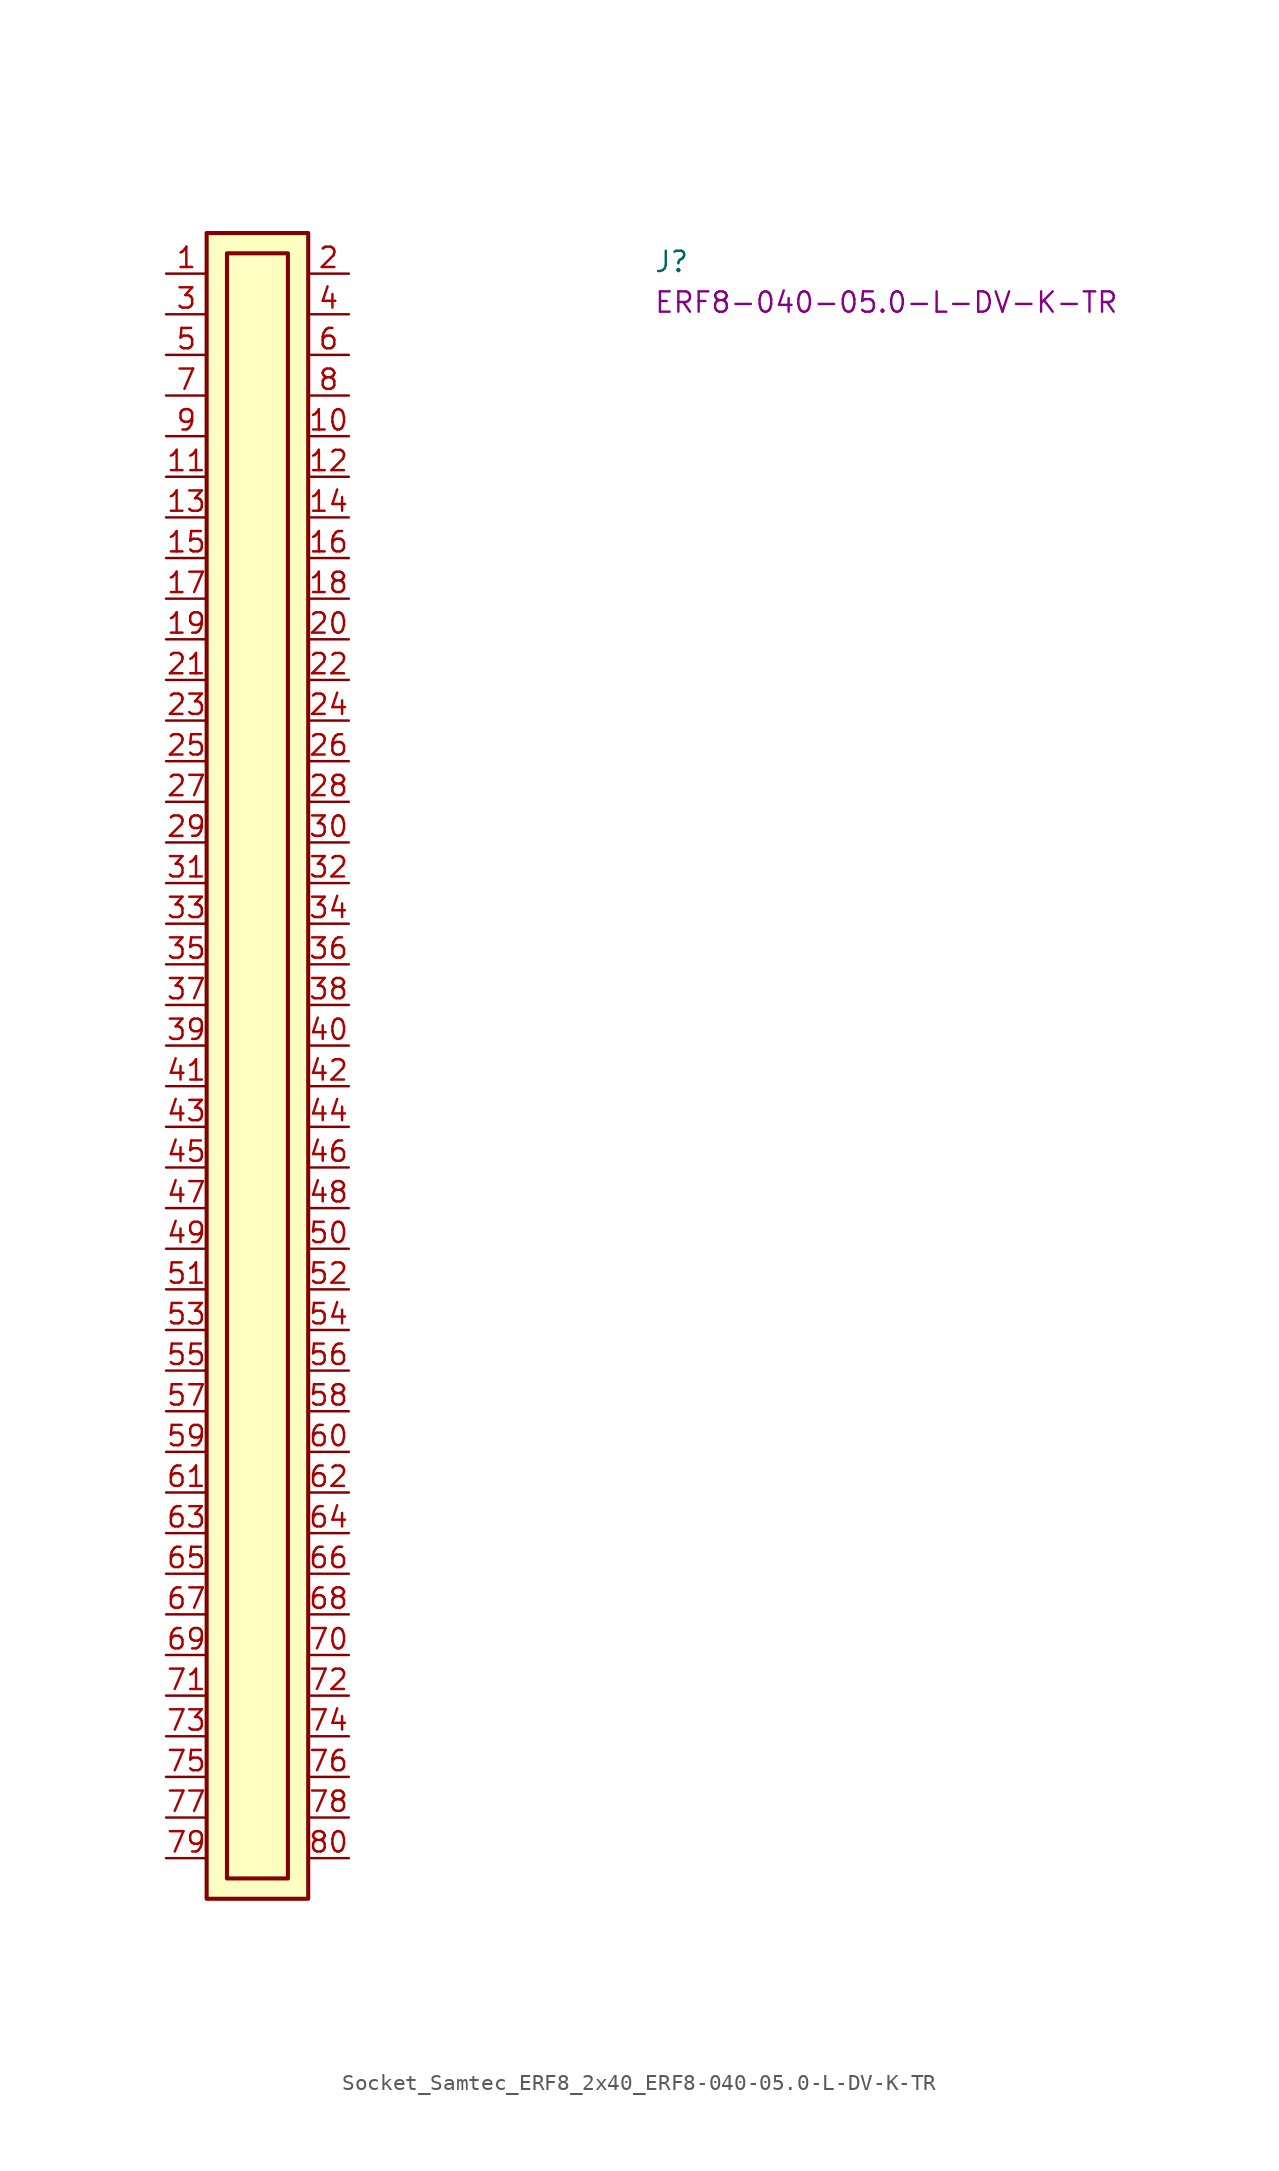
<source format=kicad_sym>
(kicad_symbol_lib
  (version 20220914)
  (generator kicad_symbol_editor)
  (symbol "Socket_Samtec_ERF8_2x40_ERF8-040-05.0-L-DV-K-TR"
    (pin_names hide)
    (property "Reference" "J"
      (at 30.48 0 0)
      (effects (font (size 1.27 1.27) (thickness 0.15)) (justify left bottom)))
    (property "MPN" "ERF8-040-05.0-L-DV-K-TR"
      (at 30.48 -2.54 0)
      (effects (font (size 1.27 1.27) (thickness 0.15)) (justify left bottom)))
    (symbol "Socket_Samtec_ERF8_2x40_ERF8-040-05.0-L-DV-K-TR_1_1"
      (rectangle (start 2.54 2.54) (end 8.89 -101.6) (stroke (width 0.254) (type default)) (fill (type background)))
      (rectangle (start 3.81 1.27) (end 7.62 -100.33) (stroke (width 0.254) (type default)) (fill (type background)))
      (pin passive line (at 0 0 0) (length 2.54) (name "~" (effects (font (size 1.27 1.27)))) (number "1" (effects (font (size 1.27 1.27)))))
      (pin passive line (at 11.43 -10.16 180) (length 2.54) (name "~" (effects (font (size 1.27 1.27)))) (number "10" (effects (font (size 1.27 1.27)))))
      (pin passive line (at 0 -12.7 0) (length 2.54) (name "~" (effects (font (size 1.27 1.27)))) (number "11" (effects (font (size 1.27 1.27)))))
      (pin passive line (at 11.43 -12.7 180) (length 2.54) (name "~" (effects (font (size 1.27 1.27)))) (number "12" (effects (font (size 1.27 1.27)))))
      (pin passive line (at 0 -15.24 0) (length 2.54) (name "~" (effects (font (size 1.27 1.27)))) (number "13" (effects (font (size 1.27 1.27)))))
      (pin passive line (at 11.43 -15.24 180) (length 2.54) (name "~" (effects (font (size 1.27 1.27)))) (number "14" (effects (font (size 1.27 1.27)))))
      (pin passive line (at 0 -17.78 0) (length 2.54) (name "~" (effects (font (size 1.27 1.27)))) (number "15" (effects (font (size 1.27 1.27)))))
      (pin passive line (at 11.43 -17.78 180) (length 2.54) (name "~" (effects (font (size 1.27 1.27)))) (number "16" (effects (font (size 1.27 1.27)))))
      (pin passive line (at 0 -20.32 0) (length 2.54) (name "~" (effects (font (size 1.27 1.27)))) (number "17" (effects (font (size 1.27 1.27)))))
      (pin passive line (at 11.43 -20.32 180) (length 2.54) (name "~" (effects (font (size 1.27 1.27)))) (number "18" (effects (font (size 1.27 1.27)))))
      (pin passive line (at 0 -22.86 0) (length 2.54) (name "~" (effects (font (size 1.27 1.27)))) (number "19" (effects (font (size 1.27 1.27)))))
      (pin passive line (at 11.43 0 180) (length 2.54) (name "~" (effects (font (size 1.27 1.27)))) (number "2" (effects (font (size 1.27 1.27)))))
      (pin passive line (at 11.43 -22.86 180) (length 2.54) (name "~" (effects (font (size 1.27 1.27)))) (number "20" (effects (font (size 1.27 1.27)))))
      (pin passive line (at 0 -25.4 0) (length 2.54) (name "~" (effects (font (size 1.27 1.27)))) (number "21" (effects (font (size 1.27 1.27)))))
      (pin passive line (at 11.43 -25.4 180) (length 2.54) (name "~" (effects (font (size 1.27 1.27)))) (number "22" (effects (font (size 1.27 1.27)))))
      (pin passive line (at 0 -27.94 0) (length 2.54) (name "~" (effects (font (size 1.27 1.27)))) (number "23" (effects (font (size 1.27 1.27)))))
      (pin passive line (at 11.43 -27.94 180) (length 2.54) (name "~" (effects (font (size 1.27 1.27)))) (number "24" (effects (font (size 1.27 1.27)))))
      (pin passive line (at 0 -30.48 0) (length 2.54) (name "~" (effects (font (size 1.27 1.27)))) (number "25" (effects (font (size 1.27 1.27)))))
      (pin passive line (at 11.43 -30.48 180) (length 2.54) (name "~" (effects (font (size 1.27 1.27)))) (number "26" (effects (font (size 1.27 1.27)))))
      (pin passive line (at 0 -33.02 0) (length 2.54) (name "~" (effects (font (size 1.27 1.27)))) (number "27" (effects (font (size 1.27 1.27)))))
      (pin passive line (at 11.43 -33.02 180) (length 2.54) (name "~" (effects (font (size 1.27 1.27)))) (number "28" (effects (font (size 1.27 1.27)))))
      (pin passive line (at 0 -35.56 0) (length 2.54) (name "~" (effects (font (size 1.27 1.27)))) (number "29" (effects (font (size 1.27 1.27)))))
      (pin passive line (at 0 -2.54 0) (length 2.54) (name "~" (effects (font (size 1.27 1.27)))) (number "3" (effects (font (size 1.27 1.27)))))
      (pin passive line (at 11.43 -35.56 180) (length 2.54) (name "~" (effects (font (size 1.27 1.27)))) (number "30" (effects (font (size 1.27 1.27)))))
      (pin passive line (at 0 -38.1 0) (length 2.54) (name "~" (effects (font (size 1.27 1.27)))) (number "31" (effects (font (size 1.27 1.27)))))
      (pin passive line (at 11.43 -38.1 180) (length 2.54) (name "~" (effects (font (size 1.27 1.27)))) (number "32" (effects (font (size 1.27 1.27)))))
      (pin passive line (at 0 -40.64 0) (length 2.54) (name "~" (effects (font (size 1.27 1.27)))) (number "33" (effects (font (size 1.27 1.27)))))
      (pin passive line (at 11.43 -40.64 180) (length 2.54) (name "~" (effects (font (size 1.27 1.27)))) (number "34" (effects (font (size 1.27 1.27)))))
      (pin passive line (at 0 -43.18 0) (length 2.54) (name "~" (effects (font (size 1.27 1.27)))) (number "35" (effects (font (size 1.27 1.27)))))
      (pin passive line (at 11.43 -43.18 180) (length 2.54) (name "~" (effects (font (size 1.27 1.27)))) (number "36" (effects (font (size 1.27 1.27)))))
      (pin passive line (at 0 -45.72 0) (length 2.54) (name "~" (effects (font (size 1.27 1.27)))) (number "37" (effects (font (size 1.27 1.27)))))
      (pin passive line (at 11.43 -45.72 180) (length 2.54) (name "~" (effects (font (size 1.27 1.27)))) (number "38" (effects (font (size 1.27 1.27)))))
      (pin passive line (at 0 -48.26 0) (length 2.54) (name "~" (effects (font (size 1.27 1.27)))) (number "39" (effects (font (size 1.27 1.27)))))
      (pin passive line (at 11.43 -2.54 180) (length 2.54) (name "~" (effects (font (size 1.27 1.27)))) (number "4" (effects (font (size 1.27 1.27)))))
      (pin passive line (at 11.43 -48.26 180) (length 2.54) (name "~" (effects (font (size 1.27 1.27)))) (number "40" (effects (font (size 1.27 1.27)))))
      (pin passive line (at 0 -50.8 0) (length 2.54) (name "~" (effects (font (size 1.27 1.27)))) (number "41" (effects (font (size 1.27 1.27)))))
      (pin passive line (at 11.43 -50.8 180) (length 2.54) (name "~" (effects (font (size 1.27 1.27)))) (number "42" (effects (font (size 1.27 1.27)))))
      (pin passive line (at 0 -53.34 0) (length 2.54) (name "~" (effects (font (size 1.27 1.27)))) (number "43" (effects (font (size 1.27 1.27)))))
      (pin passive line (at 11.43 -53.34 180) (length 2.54) (name "~" (effects (font (size 1.27 1.27)))) (number "44" (effects (font (size 1.27 1.27)))))
      (pin passive line (at 0 -55.88 0) (length 2.54) (name "~" (effects (font (size 1.27 1.27)))) (number "45" (effects (font (size 1.27 1.27)))))
      (pin passive line (at 11.43 -55.88 180) (length 2.54) (name "~" (effects (font (size 1.27 1.27)))) (number "46" (effects (font (size 1.27 1.27)))))
      (pin passive line (at 0 -58.42 0) (length 2.54) (name "~" (effects (font (size 1.27 1.27)))) (number "47" (effects (font (size 1.27 1.27)))))
      (pin passive line (at 11.43 -58.42 180) (length 2.54) (name "~" (effects (font (size 1.27 1.27)))) (number "48" (effects (font (size 1.27 1.27)))))
      (pin passive line (at 0 -60.96 0) (length 2.54) (name "~" (effects (font (size 1.27 1.27)))) (number "49" (effects (font (size 1.27 1.27)))))
      (pin passive line (at 0 -5.08 0) (length 2.54) (name "~" (effects (font (size 1.27 1.27)))) (number "5" (effects (font (size 1.27 1.27)))))
      (pin passive line (at 11.43 -60.96 180) (length 2.54) (name "~" (effects (font (size 1.27 1.27)))) (number "50" (effects (font (size 1.27 1.27)))))
      (pin passive line (at 0 -63.5 0) (length 2.54) (name "~" (effects (font (size 1.27 1.27)))) (number "51" (effects (font (size 1.27 1.27)))))
      (pin passive line (at 11.43 -63.5 180) (length 2.54) (name "~" (effects (font (size 1.27 1.27)))) (number "52" (effects (font (size 1.27 1.27)))))
      (pin passive line (at 0 -66.04 0) (length 2.54) (name "~" (effects (font (size 1.27 1.27)))) (number "53" (effects (font (size 1.27 1.27)))))
      (pin passive line (at 11.43 -66.04 180) (length 2.54) (name "~" (effects (font (size 1.27 1.27)))) (number "54" (effects (font (size 1.27 1.27)))))
      (pin passive line (at 0 -68.58 0) (length 2.54) (name "~" (effects (font (size 1.27 1.27)))) (number "55" (effects (font (size 1.27 1.27)))))
      (pin passive line (at 11.43 -68.58 180) (length 2.54) (name "~" (effects (font (size 1.27 1.27)))) (number "56" (effects (font (size 1.27 1.27)))))
      (pin passive line (at 0 -71.12 0) (length 2.54) (name "~" (effects (font (size 1.27 1.27)))) (number "57" (effects (font (size 1.27 1.27)))))
      (pin passive line (at 11.43 -71.12 180) (length 2.54) (name "~" (effects (font (size 1.27 1.27)))) (number "58" (effects (font (size 1.27 1.27)))))
      (pin passive line (at 0 -73.66 0) (length 2.54) (name "~" (effects (font (size 1.27 1.27)))) (number "59" (effects (font (size 1.27 1.27)))))
      (pin passive line (at 11.43 -5.08 180) (length 2.54) (name "~" (effects (font (size 1.27 1.27)))) (number "6" (effects (font (size 1.27 1.27)))))
      (pin passive line (at 11.43 -73.66 180) (length 2.54) (name "~" (effects (font (size 1.27 1.27)))) (number "60" (effects (font (size 1.27 1.27)))))
      (pin passive line (at 0 -76.2 0) (length 2.54) (name "~" (effects (font (size 1.27 1.27)))) (number "61" (effects (font (size 1.27 1.27)))))
      (pin passive line (at 11.43 -76.2 180) (length 2.54) (name "~" (effects (font (size 1.27 1.27)))) (number "62" (effects (font (size 1.27 1.27)))))
      (pin passive line (at 0 -78.74 0) (length 2.54) (name "~" (effects (font (size 1.27 1.27)))) (number "63" (effects (font (size 1.27 1.27)))))
      (pin passive line (at 11.43 -78.74 180) (length 2.54) (name "~" (effects (font (size 1.27 1.27)))) (number "64" (effects (font (size 1.27 1.27)))))
      (pin passive line (at 0 -81.28 0) (length 2.54) (name "~" (effects (font (size 1.27 1.27)))) (number "65" (effects (font (size 1.27 1.27)))))
      (pin passive line (at 11.43 -81.28 180) (length 2.54) (name "~" (effects (font (size 1.27 1.27)))) (number "66" (effects (font (size 1.27 1.27)))))
      (pin passive line (at 0 -83.82 0) (length 2.54) (name "~" (effects (font (size 1.27 1.27)))) (number "67" (effects (font (size 1.27 1.27)))))
      (pin passive line (at 11.43 -83.82 180) (length 2.54) (name "~" (effects (font (size 1.27 1.27)))) (number "68" (effects (font (size 1.27 1.27)))))
      (pin passive line (at 0 -86.36 0) (length 2.54) (name "~" (effects (font (size 1.27 1.27)))) (number "69" (effects (font (size 1.27 1.27)))))
      (pin passive line (at 0 -7.62 0) (length 2.54) (name "~" (effects (font (size 1.27 1.27)))) (number "7" (effects (font (size 1.27 1.27)))))
      (pin passive line (at 11.43 -86.36 180) (length 2.54) (name "~" (effects (font (size 1.27 1.27)))) (number "70" (effects (font (size 1.27 1.27)))))
      (pin passive line (at 0 -88.9 0) (length 2.54) (name "~" (effects (font (size 1.27 1.27)))) (number "71" (effects (font (size 1.27 1.27)))))
      (pin passive line (at 11.43 -88.9 180) (length 2.54) (name "~" (effects (font (size 1.27 1.27)))) (number "72" (effects (font (size 1.27 1.27)))))
      (pin passive line (at 0 -91.44 0) (length 2.54) (name "~" (effects (font (size 1.27 1.27)))) (number "73" (effects (font (size 1.27 1.27)))))
      (pin passive line (at 11.43 -91.44 180) (length 2.54) (name "~" (effects (font (size 1.27 1.27)))) (number "74" (effects (font (size 1.27 1.27)))))
      (pin passive line (at 0 -93.98 0) (length 2.54) (name "~" (effects (font (size 1.27 1.27)))) (number "75" (effects (font (size 1.27 1.27)))))
      (pin passive line (at 11.43 -93.98 180) (length 2.54) (name "~" (effects (font (size 1.27 1.27)))) (number "76" (effects (font (size 1.27 1.27)))))
      (pin passive line (at 0 -96.52 0) (length 2.54) (name "~" (effects (font (size 1.27 1.27)))) (number "77" (effects (font (size 1.27 1.27)))))
      (pin passive line (at 11.43 -96.52 180) (length 2.54) (name "~" (effects (font (size 1.27 1.27)))) (number "78" (effects (font (size 1.27 1.27)))))
      (pin passive line (at 0 -99.06 0) (length 2.54) (name "~" (effects (font (size 1.27 1.27)))) (number "79" (effects (font (size 1.27 1.27)))))
      (pin passive line (at 11.43 -7.62 180) (length 2.54) (name "~" (effects (font (size 1.27 1.27)))) (number "8" (effects (font (size 1.27 1.27)))))
      (pin passive line (at 11.43 -99.06 180) (length 2.54) (name "~" (effects (font (size 1.27 1.27)))) (number "80" (effects (font (size 1.27 1.27)))))
      (pin passive line (at 0 -10.16 0) (length 2.54) (name "~" (effects (font (size 1.27 1.27)))) (number "9" (effects (font (size 1.27 1.27))))))))
</source>
